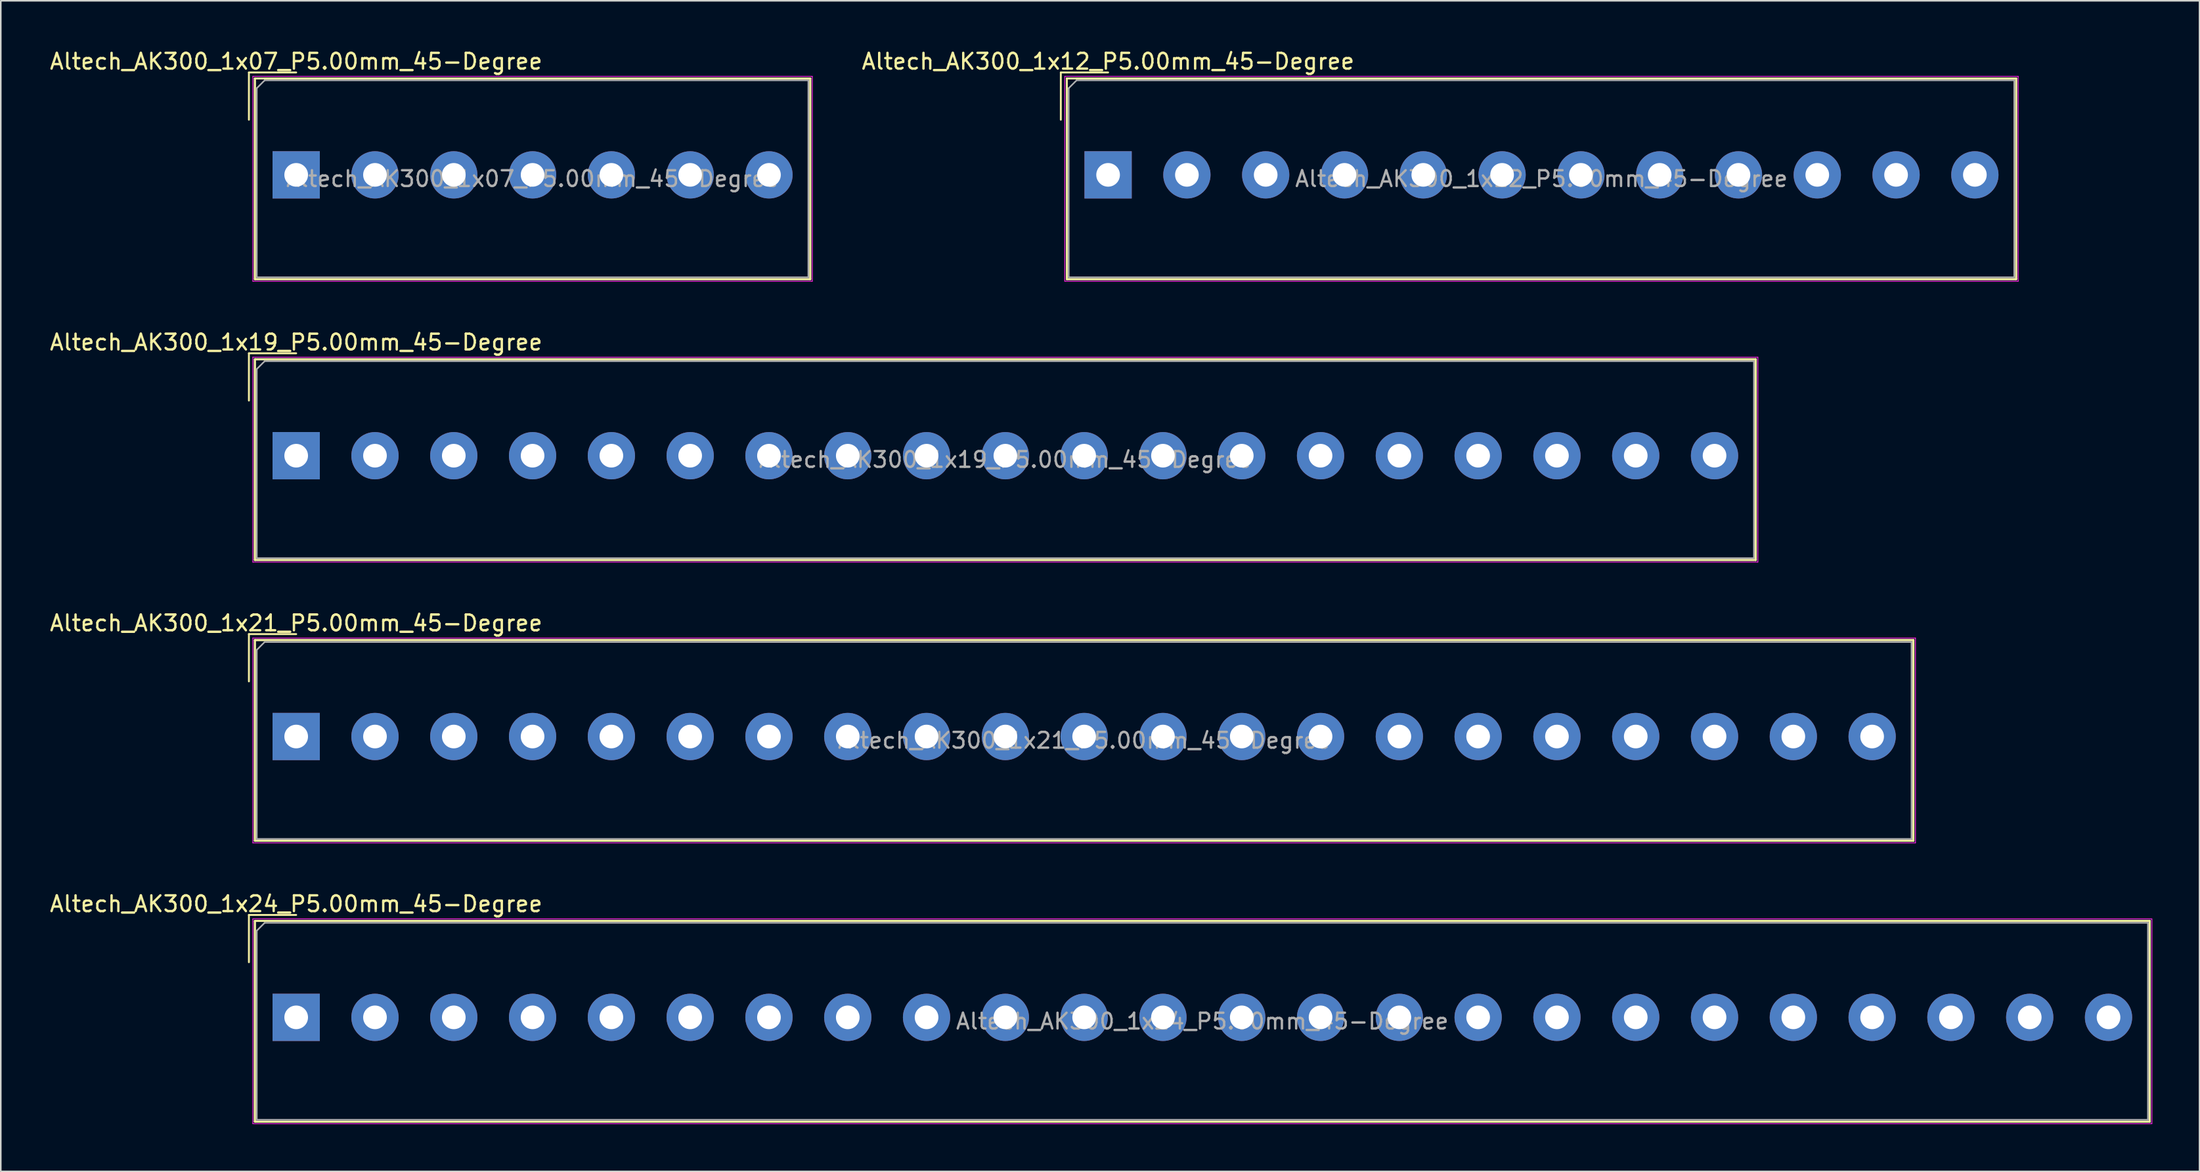
<source format=kicad_pcb>
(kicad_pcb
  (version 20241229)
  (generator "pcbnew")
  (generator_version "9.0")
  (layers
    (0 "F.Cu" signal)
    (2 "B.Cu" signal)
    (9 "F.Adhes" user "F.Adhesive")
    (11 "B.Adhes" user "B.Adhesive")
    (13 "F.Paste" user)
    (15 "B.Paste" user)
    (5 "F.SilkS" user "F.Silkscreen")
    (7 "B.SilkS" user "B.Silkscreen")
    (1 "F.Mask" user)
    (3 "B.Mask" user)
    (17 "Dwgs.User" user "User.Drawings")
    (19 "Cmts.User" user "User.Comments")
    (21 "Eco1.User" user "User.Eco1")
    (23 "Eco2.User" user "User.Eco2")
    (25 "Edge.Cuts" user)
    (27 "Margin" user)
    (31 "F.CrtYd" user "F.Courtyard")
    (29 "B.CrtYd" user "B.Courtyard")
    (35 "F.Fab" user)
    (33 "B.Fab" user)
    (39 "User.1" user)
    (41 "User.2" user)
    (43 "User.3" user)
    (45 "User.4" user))
  (footprint "Altech_AK300_1x12_P5.00mm_45-Degree"
    (layer "F.Cu")
    (at 67.263 8.048)
    (property "Reference" "Altech_AK300_1x12_P5.00mm_45-Degree" (at 0 -7.2 0) (layer "F.SilkS") (effects (font (size 1 1) (thickness 0.15))))
    (attr through_hole)
    (fp_line (start -3 -6.5) (end 0 -6.5) (stroke (width 0.12) (type solid)) (layer "F.SilkS"))
    (fp_line (start -3 -3.5) (end -3 -6.5) (stroke (width 0.12) (type solid)) (layer "F.SilkS"))
    (fp_line (start -2.62 -6.12) (end -2.62 6.62) (stroke (width 0.12) (type solid)) (layer "F.SilkS"))
    (fp_line (start -2.62 -6.12) (end -2.62 6.62) (stroke (width 0.12) (type solid)) (layer "F.SilkS"))
    (fp_line (start -2.62 -6.12) (end 57.62 -6.12) (stroke (width 0.12) (type solid)) (layer "F.SilkS"))
    (fp_line (start -2.62 -6.12) (end 57.62 -6.12) (stroke (width 0.12) (type solid)) (layer "F.SilkS"))
    (fp_line (start -2.62 6.62) (end 57.62 6.62) (stroke (width 0.12) (type solid)) (layer "F.SilkS"))
    (fp_line (start -2.62 6.62) (end 57.62 6.62) (stroke (width 0.12) (type solid)) (layer "F.SilkS"))
    (fp_line (start 57.62 -6.12) (end 57.62 6.62) (stroke (width 0.12) (type solid)) (layer "F.SilkS"))
    (fp_line (start 57.62 -6.12) (end 57.62 6.62) (stroke (width 0.12) (type solid)) (layer "F.SilkS"))
    (fp_line (start -2.75 -6.25) (end -2.75 6.75) (stroke (width 0.05) (type solid)) (layer "F.CrtYd"))
    (fp_line (start -2.75 -6.25) (end 57.75 -6.25) (stroke (width 0.05) (type solid)) (layer "F.CrtYd"))
    (fp_line (start -2.75 6.75) (end 57.75 6.75) (stroke (width 0.05) (type solid)) (layer "F.CrtYd"))
    (fp_line (start 57.75 -6.25) (end 57.75 6.75) (stroke (width 0.05) (type solid)) (layer "F.CrtYd"))
    (fp_line (start -2.5 -5.5) (end -2 -6) (stroke (width 0.1) (type solid)) (layer "F.Fab"))
    (fp_line (start -2.5 6.5) (end -2.5 -5.5) (stroke (width 0.1) (type solid)) (layer "F.Fab"))
    (fp_line (start -2 -6) (end 57.5 -6) (stroke (width 0.1) (type solid)) (layer "F.Fab"))
    (fp_line (start 57.5 -6) (end 57.5 6.5) (stroke (width 0.1) (type solid)) (layer "F.Fab"))
    (fp_line (start 57.5 6.5) (end -2.5 6.5) (stroke (width 0.1) (type solid)) (layer "F.Fab"))
    (fp_text user "${REFERENCE}" (at 27.5 0.25 0) (layer "F.Fab") (effects (font (size 1 1) (thickness 0.15))))
    (pad "1" thru_hole rect (at 0 0) (size 3 3) (drill 1.5) (layers "*.Cu" "*.Mask"))
    (pad "2" thru_hole circle (at 5 0) (size 3 3) (drill 1.5) (layers "*.Cu" "*.Mask"))
    (pad "3" thru_hole circle (at 10 0) (size 3 3) (drill 1.5) (layers "*.Cu" "*.Mask"))
    (pad "4" thru_hole circle (at 15 0) (size 3 3) (drill 1.5) (layers "*.Cu" "*.Mask"))
    (pad "5" thru_hole circle (at 20 0) (size 3 3) (drill 1.5) (layers "*.Cu" "*.Mask"))
    (pad "6" thru_hole circle (at 25 0) (size 3 3) (drill 1.5) (layers "*.Cu" "*.Mask"))
    (pad "7" thru_hole circle (at 30 0) (size 3 3) (drill 1.5) (layers "*.Cu" "*.Mask"))
    (pad "8" thru_hole circle (at 35 0) (size 3 3) (drill 1.5) (layers "*.Cu" "*.Mask"))
    (pad "9" thru_hole circle (at 40 0) (size 3 3) (drill 1.5) (layers "*.Cu" "*.Mask"))
    (pad "10" thru_hole circle (at 45 0) (size 3 3) (drill 1.5) (layers "*.Cu" "*.Mask"))
    (pad "11" thru_hole circle (at 50 0) (size 3 3) (drill 1.5) (layers "*.Cu" "*.Mask"))
    (pad "12" thru_hole circle (at 55 0) (size 3 3) (drill 1.5) (layers "*.Cu" "*.Mask")))
  (footprint "Altech_AK300_1x24_P5.00mm_45-Degree"
    (layer "F.Cu")
    (at 15.744 61.518)
    (property "Reference" "Altech_AK300_1x24_P5.00mm_45-Degree" (at 0 -7.2 0) (layer "F.SilkS") (effects (font (size 1 1) (thickness 0.15))))
    (attr through_hole)
    (fp_line (start -3 -6.5) (end 0 -6.5) (stroke (width 0.12) (type solid)) (layer "F.SilkS"))
    (fp_line (start -3 -3.5) (end -3 -6.5) (stroke (width 0.12) (type solid)) (layer "F.SilkS"))
    (fp_line (start -2.62 -6.12) (end -2.62 6.62) (stroke (width 0.12) (type solid)) (layer "F.SilkS"))
    (fp_line (start -2.62 -6.12) (end -2.62 6.62) (stroke (width 0.12) (type solid)) (layer "F.SilkS"))
    (fp_line (start -2.62 -6.12) (end 117.62 -6.12) (stroke (width 0.12) (type solid)) (layer "F.SilkS"))
    (fp_line (start -2.62 -6.12) (end 117.62 -6.12) (stroke (width 0.12) (type solid)) (layer "F.SilkS"))
    (fp_line (start -2.62 6.62) (end 117.62 6.62) (stroke (width 0.12) (type solid)) (layer "F.SilkS"))
    (fp_line (start -2.62 6.62) (end 117.62 6.62) (stroke (width 0.12) (type solid)) (layer "F.SilkS"))
    (fp_line (start 117.62 -6.12) (end 117.62 6.62) (stroke (width 0.12) (type solid)) (layer "F.SilkS"))
    (fp_line (start 117.62 -6.12) (end 117.62 6.62) (stroke (width 0.12) (type solid)) (layer "F.SilkS"))
    (fp_line (start -2.75 -6.25) (end -2.75 6.75) (stroke (width 0.05) (type solid)) (layer "F.CrtYd"))
    (fp_line (start -2.75 -6.25) (end 117.75 -6.25) (stroke (width 0.05) (type solid)) (layer "F.CrtYd"))
    (fp_line (start -2.75 6.75) (end 117.75 6.75) (stroke (width 0.05) (type solid)) (layer "F.CrtYd"))
    (fp_line (start 117.75 -6.25) (end 117.75 6.75) (stroke (width 0.05) (type solid)) (layer "F.CrtYd"))
    (fp_line (start -2.5 -5.5) (end -2 -6) (stroke (width 0.1) (type solid)) (layer "F.Fab"))
    (fp_line (start -2.5 6.5) (end -2.5 -5.5) (stroke (width 0.1) (type solid)) (layer "F.Fab"))
    (fp_line (start -2 -6) (end 117.5 -6) (stroke (width 0.1) (type solid)) (layer "F.Fab"))
    (fp_line (start 117.5 -6) (end 117.5 6.5) (stroke (width 0.1) (type solid)) (layer "F.Fab"))
    (fp_line (start 117.5 6.5) (end -2.5 6.5) (stroke (width 0.1) (type solid)) (layer "F.Fab"))
    (fp_text user "${REFERENCE}" (at 57.5 0.25 0) (layer "F.Fab") (effects (font (size 1 1) (thickness 0.15))))
    (pad "1" thru_hole rect (at 0 0) (size 3 3) (drill 1.5) (layers "*.Cu" "*.Mask"))
    (pad "2" thru_hole circle (at 5 0) (size 3 3) (drill 1.5) (layers "*.Cu" "*.Mask"))
    (pad "3" thru_hole circle (at 10 0) (size 3 3) (drill 1.5) (layers "*.Cu" "*.Mask"))
    (pad "4" thru_hole circle (at 15 0) (size 3 3) (drill 1.5) (layers "*.Cu" "*.Mask"))
    (pad "5" thru_hole circle (at 20 0) (size 3 3) (drill 1.5) (layers "*.Cu" "*.Mask"))
    (pad "6" thru_hole circle (at 25 0) (size 3 3) (drill 1.5) (layers "*.Cu" "*.Mask"))
    (pad "7" thru_hole circle (at 30 0) (size 3 3) (drill 1.5) (layers "*.Cu" "*.Mask"))
    (pad "8" thru_hole circle (at 35 0) (size 3 3) (drill 1.5) (layers "*.Cu" "*.Mask"))
    (pad "9" thru_hole circle (at 40 0) (size 3 3) (drill 1.5) (layers "*.Cu" "*.Mask"))
    (pad "10" thru_hole circle (at 45 0) (size 3 3) (drill 1.5) (layers "*.Cu" "*.Mask"))
    (pad "11" thru_hole circle (at 50 0) (size 3 3) (drill 1.5) (layers "*.Cu" "*.Mask"))
    (pad "12" thru_hole circle (at 55 0) (size 3 3) (drill 1.5) (layers "*.Cu" "*.Mask"))
    (pad "13" thru_hole circle (at 60 0) (size 3 3) (drill 1.5) (layers "*.Cu" "*.Mask"))
    (pad "14" thru_hole circle (at 65 0) (size 3 3) (drill 1.5) (layers "*.Cu" "*.Mask"))
    (pad "15" thru_hole circle (at 70 0) (size 3 3) (drill 1.5) (layers "*.Cu" "*.Mask"))
    (pad "16" thru_hole circle (at 75 0) (size 3 3) (drill 1.5) (layers "*.Cu" "*.Mask"))
    (pad "17" thru_hole circle (at 80 0) (size 3 3) (drill 1.5) (layers "*.Cu" "*.Mask"))
    (pad "18" thru_hole circle (at 85 0) (size 3 3) (drill 1.5) (layers "*.Cu" "*.Mask"))
    (pad "19" thru_hole circle (at 90 0) (size 3 3) (drill 1.5) (layers "*.Cu" "*.Mask"))
    (pad "20" thru_hole circle (at 95 0) (size 3 3) (drill 1.5) (layers "*.Cu" "*.Mask"))
    (pad "21" thru_hole circle (at 100 0) (size 3 3) (drill 1.5) (layers "*.Cu" "*.Mask"))
    (pad "22" thru_hole circle (at 105 0) (size 3 3) (drill 1.5) (layers "*.Cu" "*.Mask"))
    (pad "23" thru_hole circle (at 110 0) (size 3 3) (drill 1.5) (layers "*.Cu" "*.Mask"))
    (pad "24" thru_hole circle (at 115 0) (size 3 3) (drill 1.5) (layers "*.Cu" "*.Mask")))
  (footprint "Altech_AK300_1x19_P5.00mm_45-Degree"
    (layer "F.Cu")
    (at 15.744 25.872)
    (property "Reference" "Altech_AK300_1x19_P5.00mm_45-Degree" (at 0 -7.2 0) (layer "F.SilkS") (effects (font (size 1 1) (thickness 0.15))))
    (attr through_hole)
    (fp_line (start -3 -6.5) (end 0 -6.5) (stroke (width 0.12) (type solid)) (layer "F.SilkS"))
    (fp_line (start -3 -3.5) (end -3 -6.5) (stroke (width 0.12) (type solid)) (layer "F.SilkS"))
    (fp_line (start -2.62 -6.12) (end -2.62 6.62) (stroke (width 0.12) (type solid)) (layer "F.SilkS"))
    (fp_line (start -2.62 -6.12) (end -2.62 6.62) (stroke (width 0.12) (type solid)) (layer "F.SilkS"))
    (fp_line (start -2.62 -6.12) (end 92.62 -6.12) (stroke (width 0.12) (type solid)) (layer "F.SilkS"))
    (fp_line (start -2.62 -6.12) (end 92.62 -6.12) (stroke (width 0.12) (type solid)) (layer "F.SilkS"))
    (fp_line (start -2.62 6.62) (end 92.62 6.62) (stroke (width 0.12) (type solid)) (layer "F.SilkS"))
    (fp_line (start -2.62 6.62) (end 92.62 6.62) (stroke (width 0.12) (type solid)) (layer "F.SilkS"))
    (fp_line (start 92.62 -6.12) (end 92.62 6.62) (stroke (width 0.12) (type solid)) (layer "F.SilkS"))
    (fp_line (start 92.62 -6.12) (end 92.62 6.62) (stroke (width 0.12) (type solid)) (layer "F.SilkS"))
    (fp_line (start -2.75 -6.25) (end -2.75 6.75) (stroke (width 0.05) (type solid)) (layer "F.CrtYd"))
    (fp_line (start -2.75 -6.25) (end 92.75 -6.25) (stroke (width 0.05) (type solid)) (layer "F.CrtYd"))
    (fp_line (start -2.75 6.75) (end 92.75 6.75) (stroke (width 0.05) (type solid)) (layer "F.CrtYd"))
    (fp_line (start 92.75 -6.25) (end 92.75 6.75) (stroke (width 0.05) (type solid)) (layer "F.CrtYd"))
    (fp_line (start -2.5 -5.5) (end -2 -6) (stroke (width 0.1) (type solid)) (layer "F.Fab"))
    (fp_line (start -2.5 6.5) (end -2.5 -5.5) (stroke (width 0.1) (type solid)) (layer "F.Fab"))
    (fp_line (start -2 -6) (end 92.5 -6) (stroke (width 0.1) (type solid)) (layer "F.Fab"))
    (fp_line (start 92.5 -6) (end 92.5 6.5) (stroke (width 0.1) (type solid)) (layer "F.Fab"))
    (fp_line (start 92.5 6.5) (end -2.5 6.5) (stroke (width 0.1) (type solid)) (layer "F.Fab"))
    (fp_text user "${REFERENCE}" (at 45 0.25 0) (layer "F.Fab") (effects (font (size 1 1) (thickness 0.15))))
    (pad "1" thru_hole rect (at 0 0) (size 3 3) (drill 1.5) (layers "*.Cu" "*.Mask"))
    (pad "2" thru_hole circle (at 5 0) (size 3 3) (drill 1.5) (layers "*.Cu" "*.Mask"))
    (pad "3" thru_hole circle (at 10 0) (size 3 3) (drill 1.5) (layers "*.Cu" "*.Mask"))
    (pad "4" thru_hole circle (at 15 0) (size 3 3) (drill 1.5) (layers "*.Cu" "*.Mask"))
    (pad "5" thru_hole circle (at 20 0) (size 3 3) (drill 1.5) (layers "*.Cu" "*.Mask"))
    (pad "6" thru_hole circle (at 25 0) (size 3 3) (drill 1.5) (layers "*.Cu" "*.Mask"))
    (pad "7" thru_hole circle (at 30 0) (size 3 3) (drill 1.5) (layers "*.Cu" "*.Mask"))
    (pad "8" thru_hole circle (at 35 0) (size 3 3) (drill 1.5) (layers "*.Cu" "*.Mask"))
    (pad "9" thru_hole circle (at 40 0) (size 3 3) (drill 1.5) (layers "*.Cu" "*.Mask"))
    (pad "10" thru_hole circle (at 45 0) (size 3 3) (drill 1.5) (layers "*.Cu" "*.Mask"))
    (pad "11" thru_hole circle (at 50 0) (size 3 3) (drill 1.5) (layers "*.Cu" "*.Mask"))
    (pad "12" thru_hole circle (at 55 0) (size 3 3) (drill 1.5) (layers "*.Cu" "*.Mask"))
    (pad "13" thru_hole circle (at 60 0) (size 3 3) (drill 1.5) (layers "*.Cu" "*.Mask"))
    (pad "14" thru_hole circle (at 65 0) (size 3 3) (drill 1.5) (layers "*.Cu" "*.Mask"))
    (pad "15" thru_hole circle (at 70 0) (size 3 3) (drill 1.5) (layers "*.Cu" "*.Mask"))
    (pad "16" thru_hole circle (at 75 0) (size 3 3) (drill 1.5) (layers "*.Cu" "*.Mask"))
    (pad "17" thru_hole circle (at 80 0) (size 3 3) (drill 1.5) (layers "*.Cu" "*.Mask"))
    (pad "18" thru_hole circle (at 85 0) (size 3 3) (drill 1.5) (layers "*.Cu" "*.Mask"))
    (pad "19" thru_hole circle (at 90 0) (size 3 3) (drill 1.5) (layers "*.Cu" "*.Mask")))
  (footprint "Altech_AK300_1x21_P5.00mm_45-Degree"
    (layer "F.Cu")
    (at 15.744 43.695)
    (property "Reference" "Altech_AK300_1x21_P5.00mm_45-Degree" (at 0 -7.2 0) (layer "F.SilkS") (effects (font (size 1 1) (thickness 0.15))))
    (attr through_hole)
    (fp_line (start -3 -6.5) (end 0 -6.5) (stroke (width 0.12) (type solid)) (layer "F.SilkS"))
    (fp_line (start -3 -3.5) (end -3 -6.5) (stroke (width 0.12) (type solid)) (layer "F.SilkS"))
    (fp_line (start -2.62 -6.12) (end -2.62 6.62) (stroke (width 0.12) (type solid)) (layer "F.SilkS"))
    (fp_line (start -2.62 -6.12) (end -2.62 6.62) (stroke (width 0.12) (type solid)) (layer "F.SilkS"))
    (fp_line (start -2.62 -6.12) (end 102.62 -6.12) (stroke (width 0.12) (type solid)) (layer "F.SilkS"))
    (fp_line (start -2.62 -6.12) (end 102.62 -6.12) (stroke (width 0.12) (type solid)) (layer "F.SilkS"))
    (fp_line (start -2.62 6.62) (end 102.62 6.62) (stroke (width 0.12) (type solid)) (layer "F.SilkS"))
    (fp_line (start -2.62 6.62) (end 102.62 6.62) (stroke (width 0.12) (type solid)) (layer "F.SilkS"))
    (fp_line (start 102.62 -6.12) (end 102.62 6.62) (stroke (width 0.12) (type solid)) (layer "F.SilkS"))
    (fp_line (start 102.62 -6.12) (end 102.62 6.62) (stroke (width 0.12) (type solid)) (layer "F.SilkS"))
    (fp_line (start -2.75 -6.25) (end -2.75 6.75) (stroke (width 0.05) (type solid)) (layer "F.CrtYd"))
    (fp_line (start -2.75 -6.25) (end 102.75 -6.25) (stroke (width 0.05) (type solid)) (layer "F.CrtYd"))
    (fp_line (start -2.75 6.75) (end 102.75 6.75) (stroke (width 0.05) (type solid)) (layer "F.CrtYd"))
    (fp_line (start 102.75 -6.25) (end 102.75 6.75) (stroke (width 0.05) (type solid)) (layer "F.CrtYd"))
    (fp_line (start -2.5 -5.5) (end -2 -6) (stroke (width 0.1) (type solid)) (layer "F.Fab"))
    (fp_line (start -2.5 6.5) (end -2.5 -5.5) (stroke (width 0.1) (type solid)) (layer "F.Fab"))
    (fp_line (start -2 -6) (end 102.5 -6) (stroke (width 0.1) (type solid)) (layer "F.Fab"))
    (fp_line (start 102.5 -6) (end 102.5 6.5) (stroke (width 0.1) (type solid)) (layer "F.Fab"))
    (fp_line (start 102.5 6.5) (end -2.5 6.5) (stroke (width 0.1) (type solid)) (layer "F.Fab"))
    (fp_text user "${REFERENCE}" (at 50 0.25 0) (layer "F.Fab") (effects (font (size 1 1) (thickness 0.15))))
    (pad "1" thru_hole rect (at 0 0) (size 3 3) (drill 1.5) (layers "*.Cu" "*.Mask"))
    (pad "2" thru_hole circle (at 5 0) (size 3 3) (drill 1.5) (layers "*.Cu" "*.Mask"))
    (pad "3" thru_hole circle (at 10 0) (size 3 3) (drill 1.5) (layers "*.Cu" "*.Mask"))
    (pad "4" thru_hole circle (at 15 0) (size 3 3) (drill 1.5) (layers "*.Cu" "*.Mask"))
    (pad "5" thru_hole circle (at 20 0) (size 3 3) (drill 1.5) (layers "*.Cu" "*.Mask"))
    (pad "6" thru_hole circle (at 25 0) (size 3 3) (drill 1.5) (layers "*.Cu" "*.Mask"))
    (pad "7" thru_hole circle (at 30 0) (size 3 3) (drill 1.5) (layers "*.Cu" "*.Mask"))
    (pad "8" thru_hole circle (at 35 0) (size 3 3) (drill 1.5) (layers "*.Cu" "*.Mask"))
    (pad "9" thru_hole circle (at 40 0) (size 3 3) (drill 1.5) (layers "*.Cu" "*.Mask"))
    (pad "10" thru_hole circle (at 45 0) (size 3 3) (drill 1.5) (layers "*.Cu" "*.Mask"))
    (pad "11" thru_hole circle (at 50 0) (size 3 3) (drill 1.5) (layers "*.Cu" "*.Mask"))
    (pad "12" thru_hole circle (at 55 0) (size 3 3) (drill 1.5) (layers "*.Cu" "*.Mask"))
    (pad "13" thru_hole circle (at 60 0) (size 3 3) (drill 1.5) (layers "*.Cu" "*.Mask"))
    (pad "14" thru_hole circle (at 65 0) (size 3 3) (drill 1.5) (layers "*.Cu" "*.Mask"))
    (pad "15" thru_hole circle (at 70 0) (size 3 3) (drill 1.5) (layers "*.Cu" "*.Mask"))
    (pad "16" thru_hole circle (at 75 0) (size 3 3) (drill 1.5) (layers "*.Cu" "*.Mask"))
    (pad "17" thru_hole circle (at 80 0) (size 3 3) (drill 1.5) (layers "*.Cu" "*.Mask"))
    (pad "18" thru_hole circle (at 85 0) (size 3 3) (drill 1.5) (layers "*.Cu" "*.Mask"))
    (pad "19" thru_hole circle (at 90 0) (size 3 3) (drill 1.5) (layers "*.Cu" "*.Mask"))
    (pad "20" thru_hole circle (at 95 0) (size 3 3) (drill 1.5) (layers "*.Cu" "*.Mask"))
    (pad "21" thru_hole circle (at 100 0) (size 3 3) (drill 1.5) (layers "*.Cu" "*.Mask")))
  (footprint "Altech_AK300_1x07_P5.00mm_45-Degree"
    (layer "F.Cu")
    (at 15.744 8.048)
    (property "Reference" "Altech_AK300_1x07_P5.00mm_45-Degree" (at 0 -7.2 0) (layer "F.SilkS") (effects (font (size 1 1) (thickness 0.15))))
    (attr through_hole)
    (fp_line (start -3 -6.5) (end 0 -6.5) (stroke (width 0.12) (type solid)) (layer "F.SilkS"))
    (fp_line (start -3 -3.5) (end -3 -6.5) (stroke (width 0.12) (type solid)) (layer "F.SilkS"))
    (fp_line (start -2.62 -6.12) (end -2.62 6.62) (stroke (width 0.12) (type solid)) (layer "F.SilkS"))
    (fp_line (start -2.62 -6.12) (end -2.62 6.62) (stroke (width 0.12) (type solid)) (layer "F.SilkS"))
    (fp_line (start -2.62 -6.12) (end 32.62 -6.12) (stroke (width 0.12) (type solid)) (layer "F.SilkS"))
    (fp_line (start -2.62 -6.12) (end 32.62 -6.12) (stroke (width 0.12) (type solid)) (layer "F.SilkS"))
    (fp_line (start -2.62 6.62) (end 32.62 6.62) (stroke (width 0.12) (type solid)) (layer "F.SilkS"))
    (fp_line (start -2.62 6.62) (end 32.62 6.62) (stroke (width 0.12) (type solid)) (layer "F.SilkS"))
    (fp_line (start 32.62 -6.12) (end 32.62 6.62) (stroke (width 0.12) (type solid)) (layer "F.SilkS"))
    (fp_line (start 32.62 -6.12) (end 32.62 6.62) (stroke (width 0.12) (type solid)) (layer "F.SilkS"))
    (fp_line (start -2.75 -6.25) (end -2.75 6.75) (stroke (width 0.05) (type solid)) (layer "F.CrtYd"))
    (fp_line (start -2.75 -6.25) (end 32.75 -6.25) (stroke (width 0.05) (type solid)) (layer "F.CrtYd"))
    (fp_line (start -2.75 6.75) (end 32.75 6.75) (stroke (width 0.05) (type solid)) (layer "F.CrtYd"))
    (fp_line (start 32.75 -6.25) (end 32.75 6.75) (stroke (width 0.05) (type solid)) (layer "F.CrtYd"))
    (fp_line (start -2.5 -5.5) (end -2 -6) (stroke (width 0.1) (type solid)) (layer "F.Fab"))
    (fp_line (start -2.5 6.5) (end -2.5 -5.5) (stroke (width 0.1) (type solid)) (layer "F.Fab"))
    (fp_line (start -2 -6) (end 32.5 -6) (stroke (width 0.1) (type solid)) (layer "F.Fab"))
    (fp_line (start 32.5 -6) (end 32.5 6.5) (stroke (width 0.1) (type solid)) (layer "F.Fab"))
    (fp_line (start 32.5 6.5) (end -2.5 6.5) (stroke (width 0.1) (type solid)) (layer "F.Fab"))
    (fp_text user "${REFERENCE}" (at 15 0.25 0) (layer "F.Fab") (effects (font (size 1 1) (thickness 0.15))))
    (pad "1" thru_hole rect (at 0 0) (size 3 3) (drill 1.5) (layers "*.Cu" "*.Mask"))
    (pad "2" thru_hole circle (at 5 0) (size 3 3) (drill 1.5) (layers "*.Cu" "*.Mask"))
    (pad "3" thru_hole circle (at 10 0) (size 3 3) (drill 1.5) (layers "*.Cu" "*.Mask"))
    (pad "4" thru_hole circle (at 15 0) (size 3 3) (drill 1.5) (layers "*.Cu" "*.Mask"))
    (pad "5" thru_hole circle (at 20 0) (size 3 3) (drill 1.5) (layers "*.Cu" "*.Mask"))
    (pad "6" thru_hole circle (at 25 0) (size 3 3) (drill 1.5) (layers "*.Cu" "*.Mask"))
    (pad "7" thru_hole circle (at 30 0) (size 3 3) (drill 1.5) (layers "*.Cu" "*.Mask")))
  (gr_rect
    (start -3 -3)
    (end 136.519 71.293)
    (stroke (width 0.1) (type default))
    (fill no)
    (layer "Edge.Cuts")))
</source>
